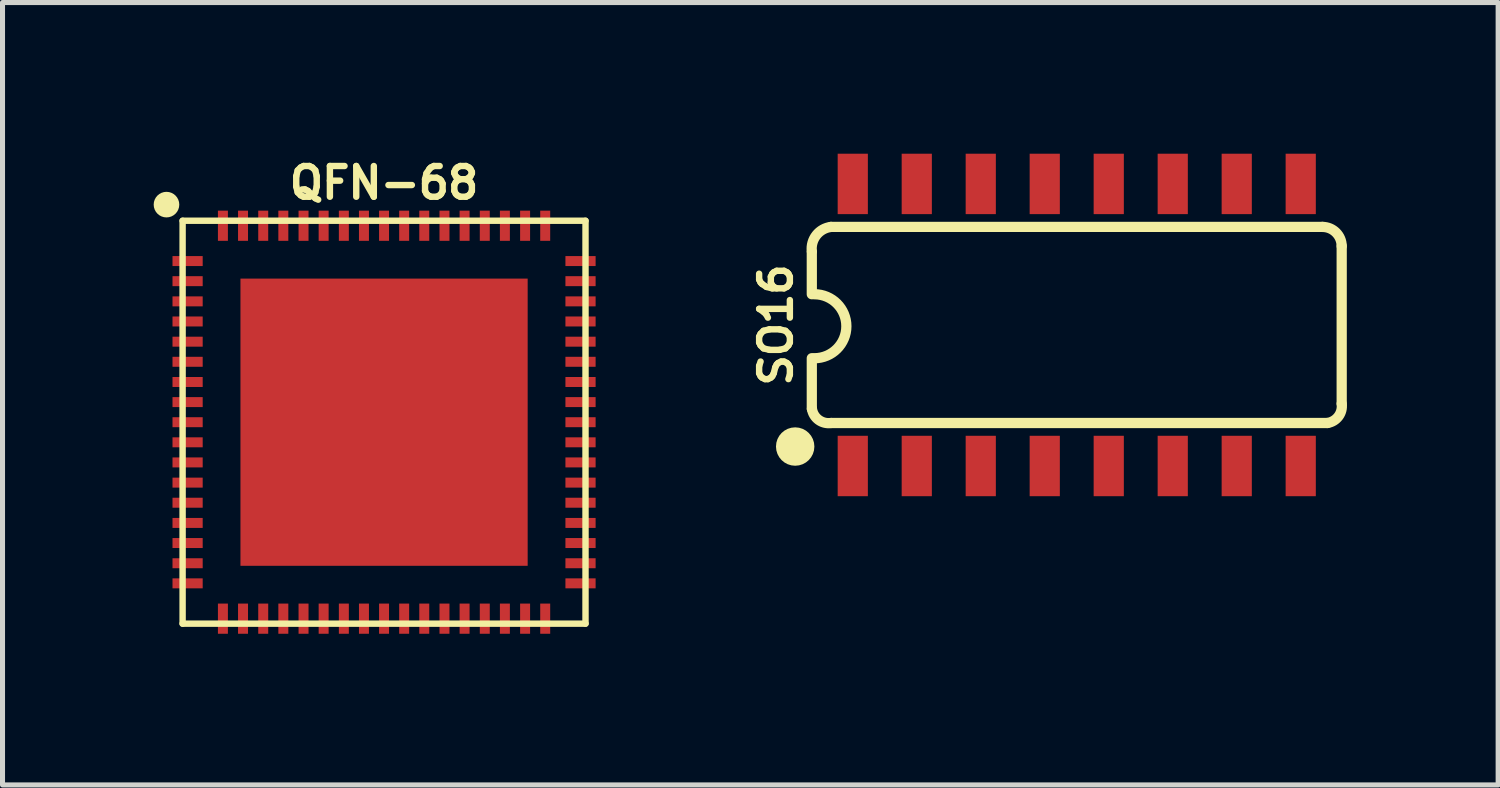
<source format=kicad_pcb>
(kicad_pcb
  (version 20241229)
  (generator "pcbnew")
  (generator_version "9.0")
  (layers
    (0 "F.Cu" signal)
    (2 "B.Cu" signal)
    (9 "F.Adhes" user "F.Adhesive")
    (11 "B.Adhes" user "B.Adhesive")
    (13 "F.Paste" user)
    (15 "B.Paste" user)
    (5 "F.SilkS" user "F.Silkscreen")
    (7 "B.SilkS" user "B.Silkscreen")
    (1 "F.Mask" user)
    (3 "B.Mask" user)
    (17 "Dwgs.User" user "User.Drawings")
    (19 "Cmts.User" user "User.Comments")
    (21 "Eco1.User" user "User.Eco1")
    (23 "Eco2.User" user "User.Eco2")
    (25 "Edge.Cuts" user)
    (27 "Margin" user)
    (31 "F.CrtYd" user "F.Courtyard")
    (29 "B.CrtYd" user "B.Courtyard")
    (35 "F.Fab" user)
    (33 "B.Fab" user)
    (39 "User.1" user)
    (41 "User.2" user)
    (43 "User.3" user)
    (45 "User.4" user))
  (footprint "QFN-68"
    (layer "F.Cu")
    (at 4.572 5.329)
    (property "Reference" "QFN-68" (at 0 -4.75 0) (layer "F.SilkS") (effects (font (size 0.61 0.61) (thickness 0.127))))
    (attr smd)
    (fp_line (start -3.998 -3.998) (end -3.998 3.998) (stroke (width 0.127) (type solid)) (layer "F.SilkS"))
    (fp_line (start -3.998 3.998) (end 3.998 3.998) (stroke (width 0.127) (type solid)) (layer "F.SilkS"))
    (fp_line (start 3.998 -3.998) (end -3.998 -3.998) (stroke (width 0.127) (type solid)) (layer "F.SilkS"))
    (fp_line (start 3.998 3.998) (end 3.998 -3.998) (stroke (width 0.127) (type solid)) (layer "F.SilkS"))
    (fp_circle (center -4.318 -4.318) (end -4.191 -4.318) (stroke (width 0.254) (type solid)) (fill no) (layer "F.SilkS"))
    (fp_line (start -2.413 -0.381) (end -2.413 0.381) (stroke (width 0.254) (type solid)) (layer "F.Paste"))
    (fp_line (start -2.413 -0.127) (end -1.651 -0.127) (stroke (width 0.254) (type solid)) (layer "F.Paste"))
    (fp_line (start -2.413 0.127) (end -1.651 0.127) (stroke (width 0.254) (type solid)) (layer "F.Paste"))
    (fp_line (start -2.413 0.381) (end -1.651 0.381) (stroke (width 0.254) (type solid)) (layer "F.Paste"))
    (fp_line (start -1.651 -0.381) (end -2.413 -0.381) (stroke (width 0.254) (type solid)) (layer "F.Paste"))
    (fp_line (start -1.651 0.381) (end -1.651 -0.381) (stroke (width 0.254) (type solid)) (layer "F.Paste"))
    (fp_line (start -0.381 -2.413) (end -0.381 -2.286) (stroke (width 0.254) (type solid)) (layer "F.Paste"))
    (fp_line (start -0.381 -2.413) (end 0.381 -2.413) (stroke (width 0.254) (type solid)) (layer "F.Paste"))
    (fp_line (start -0.381 -2.159) (end 0.381 -2.159) (stroke (width 0.254) (type solid)) (layer "F.Paste"))
    (fp_line (start -0.381 -1.905) (end 0.381 -1.905) (stroke (width 0.254) (type solid)) (layer "F.Paste"))
    (fp_line (start -0.381 -1.651) (end -0.381 -2.413) (stroke (width 0.254) (type solid)) (layer "F.Paste"))
    (fp_line (start -0.381 -0.381) (end 0.381 -0.381) (stroke (width 0.254) (type solid)) (layer "F.Paste"))
    (fp_line (start -0.381 -0.127) (end 0.381 -0.127) (stroke (width 0.254) (type solid)) (layer "F.Paste"))
    (fp_line (start -0.381 0.127) (end 0.381 0.127) (stroke (width 0.254) (type solid)) (layer "F.Paste"))
    (fp_line (start -0.381 0.381) (end -0.381 -0.381) (stroke (width 0.254) (type solid)) (layer "F.Paste"))
    (fp_line (start -0.381 1.651) (end 0.381 1.651) (stroke (width 0.254) (type solid)) (layer "F.Paste"))
    (fp_line (start -0.381 1.905) (end 0.381 1.905) (stroke (width 0.254) (type solid)) (layer "F.Paste"))
    (fp_line (start -0.381 2.159) (end 0.381 2.159) (stroke (width 0.254) (type solid)) (layer "F.Paste"))
    (fp_line (start -0.381 2.413) (end -0.381 1.651) (stroke (width 0.254) (type solid)) (layer "F.Paste"))
    (fp_line (start 0.381 -2.413) (end 0.381 -1.651) (stroke (width 0.254) (type solid)) (layer "F.Paste"))
    (fp_line (start 0.381 -1.651) (end -0.381 -1.651) (stroke (width 0.254) (type solid)) (layer "F.Paste"))
    (fp_line (start 0.381 -0.381) (end 0.381 0.381) (stroke (width 0.254) (type solid)) (layer "F.Paste"))
    (fp_line (start 0.381 0.381) (end -0.381 0.381) (stroke (width 0.254) (type solid)) (layer "F.Paste"))
    (fp_line (start 0.381 1.651) (end 0.381 2.413) (stroke (width 0.254) (type solid)) (layer "F.Paste"))
    (fp_line (start 0.381 2.413) (end -0.381 2.413) (stroke (width 0.254) (type solid)) (layer "F.Paste"))
    (fp_line (start 1.651 -0.381) (end 2.286 -0.381) (stroke (width 0.254) (type solid)) (layer "F.Paste"))
    (fp_line (start 1.651 -0.127) (end 2.413 -0.127) (stroke (width 0.254) (type solid)) (layer "F.Paste"))
    (fp_line (start 1.651 0.127) (end 2.413 0.127) (stroke (width 0.254) (type solid)) (layer "F.Paste"))
    (fp_line (start 1.651 0.381) (end 1.651 -0.381) (stroke (width 0.254) (type solid)) (layer "F.Paste"))
    (fp_line (start 2.286 -0.381) (end 2.413 -0.381) (stroke (width 0.254) (type solid)) (layer "F.Paste"))
    (fp_line (start 2.413 -0.381) (end 2.413 0.381) (stroke (width 0.254) (type solid)) (layer "F.Paste"))
    (fp_line (start 2.413 0.381) (end 1.651 0.381) (stroke (width 0.254) (type solid)) (layer "F.Paste"))
    (pad "1" smd rect (at -3.899 -3.198 180) (size 0.599 0.198) (layers "F.Cu" "F.Mask" "F.Paste"))
    (pad "2" smd rect (at -3.899 -2.799 180) (size 0.599 0.198) (layers "F.Cu" "F.Mask" "F.Paste"))
    (pad "3" smd rect (at -3.899 -2.398 180) (size 0.599 0.198) (layers "F.Cu" "F.Mask" "F.Paste"))
    (pad "4" smd rect (at -3.899 -1.999 180) (size 0.599 0.198) (layers "F.Cu" "F.Mask" "F.Paste"))
    (pad "5" smd rect (at -3.899 -1.598 180) (size 0.599 0.198) (layers "F.Cu" "F.Mask" "F.Paste"))
    (pad "6" smd rect (at -3.899 -1.199 180) (size 0.599 0.198) (layers "F.Cu" "F.Mask" "F.Paste"))
    (pad "7" smd rect (at -3.899 -0.798 180) (size 0.599 0.198) (layers "F.Cu" "F.Mask" "F.Paste"))
    (pad "8" smd rect (at -3.899 -0.399 180) (size 0.599 0.198) (layers "F.Cu" "F.Mask" "F.Paste"))
    (pad "9" smd rect (at -3.899 0 180) (size 0.599 0.198) (layers "F.Cu" "F.Mask" "F.Paste"))
    (pad "10" smd rect (at -3.899 0.399 180) (size 0.599 0.198) (layers "F.Cu" "F.Mask" "F.Paste"))
    (pad "11" smd rect (at -3.899 0.798 180) (size 0.599 0.198) (layers "F.Cu" "F.Mask" "F.Paste"))
    (pad "12" smd rect (at -3.899 1.199 180) (size 0.599 0.198) (layers "F.Cu" "F.Mask" "F.Paste"))
    (pad "13" smd rect (at -3.899 1.598 180) (size 0.599 0.198) (layers "F.Cu" "F.Mask" "F.Paste"))
    (pad "14" smd rect (at -3.899 1.999 180) (size 0.599 0.198) (layers "F.Cu" "F.Mask" "F.Paste"))
    (pad "15" smd rect (at -3.899 2.398 180) (size 0.599 0.198) (layers "F.Cu" "F.Mask" "F.Paste"))
    (pad "16" smd rect (at -3.899 2.799 180) (size 0.599 0.198) (layers "F.Cu" "F.Mask" "F.Paste"))
    (pad "17" smd rect (at -3.899 3.198 180) (size 0.599 0.198) (layers "F.Cu" "F.Mask" "F.Paste"))
    (pad "18" smd rect (at -3.198 3.899 270) (size 0.599 0.198) (layers "F.Cu" "F.Mask" "F.Paste"))
    (pad "19" smd rect (at -2.799 3.899 270) (size 0.599 0.198) (layers "F.Cu" "F.Mask" "F.Paste"))
    (pad "20" smd rect (at -2.398 3.899 270) (size 0.599 0.198) (layers "F.Cu" "F.Mask" "F.Paste"))
    (pad "21" smd rect (at -1.999 3.899 270) (size 0.599 0.198) (layers "F.Cu" "F.Mask" "F.Paste"))
    (pad "22" smd rect (at -1.598 3.899 270) (size 0.599 0.198) (layers "F.Cu" "F.Mask" "F.Paste"))
    (pad "23" smd rect (at -1.199 3.899 270) (size 0.599 0.198) (layers "F.Cu" "F.Mask" "F.Paste"))
    (pad "24" smd rect (at -0.798 3.899 270) (size 0.599 0.198) (layers "F.Cu" "F.Mask" "F.Paste"))
    (pad "25" smd rect (at -0.399 3.899 270) (size 0.599 0.198) (layers "F.Cu" "F.Mask" "F.Paste"))
    (pad "26" smd rect (at 0 3.899 270) (size 0.599 0.198) (layers "F.Cu" "F.Mask" "F.Paste"))
    (pad "27" smd rect (at 0.399 3.899 270) (size 0.599 0.198) (layers "F.Cu" "F.Mask" "F.Paste"))
    (pad "28" smd rect (at 0.798 3.899 270) (size 0.599 0.198) (layers "F.Cu" "F.Mask" "F.Paste"))
    (pad "29" smd rect (at 1.199 3.899 270) (size 0.599 0.198) (layers "F.Cu" "F.Mask" "F.Paste"))
    (pad "30" smd rect (at 1.598 3.899 270) (size 0.599 0.198) (layers "F.Cu" "F.Mask" "F.Paste"))
    (pad "31" smd rect (at 1.999 3.899 270) (size 0.599 0.198) (layers "F.Cu" "F.Mask" "F.Paste"))
    (pad "32" smd rect (at 2.398 3.899 270) (size 0.599 0.198) (layers "F.Cu" "F.Mask" "F.Paste"))
    (pad "33" smd rect (at 2.799 3.899 270) (size 0.599 0.198) (layers "F.Cu" "F.Mask" "F.Paste"))
    (pad "34" smd rect (at 3.198 3.899 270) (size 0.599 0.198) (layers "F.Cu" "F.Mask" "F.Paste"))
    (pad "35" smd rect (at 3.899 3.198) (size 0.599 0.198) (layers "F.Cu" "F.Mask" "F.Paste"))
    (pad "36" smd rect (at 3.899 2.799) (size 0.599 0.198) (layers "F.Cu" "F.Mask" "F.Paste"))
    (pad "37" smd rect (at 3.899 2.398) (size 0.599 0.198) (layers "F.Cu" "F.Mask" "F.Paste"))
    (pad "38" smd rect (at 3.899 1.999) (size 0.599 0.198) (layers "F.Cu" "F.Mask" "F.Paste"))
    (pad "39" smd rect (at 3.899 1.598) (size 0.599 0.198) (layers "F.Cu" "F.Mask" "F.Paste"))
    (pad "40" smd rect (at 3.899 1.199) (size 0.599 0.198) (layers "F.Cu" "F.Mask" "F.Paste"))
    (pad "41" smd rect (at 3.899 0.798) (size 0.599 0.198) (layers "F.Cu" "F.Mask" "F.Paste"))
    (pad "42" smd rect (at 3.899 0.399) (size 0.599 0.198) (layers "F.Cu" "F.Mask" "F.Paste"))
    (pad "43" smd rect (at 3.899 0) (size 0.599 0.198) (layers "F.Cu" "F.Mask" "F.Paste"))
    (pad "44" smd rect (at 3.899 -0.399) (size 0.599 0.198) (layers "F.Cu" "F.Mask" "F.Paste"))
    (pad "45" smd rect (at 3.899 -0.798) (size 0.599 0.198) (layers "F.Cu" "F.Mask" "F.Paste"))
    (pad "46" smd rect (at 3.899 -1.199) (size 0.599 0.198) (layers "F.Cu" "F.Mask" "F.Paste"))
    (pad "47" smd rect (at 3.899 -1.598) (size 0.599 0.198) (layers "F.Cu" "F.Mask" "F.Paste"))
    (pad "48" smd rect (at 3.899 -1.999) (size 0.599 0.198) (layers "F.Cu" "F.Mask" "F.Paste"))
    (pad "49" smd rect (at 3.899 -2.398) (size 0.599 0.198) (layers "F.Cu" "F.Mask" "F.Paste"))
    (pad "50" smd rect (at 3.899 -2.799) (size 0.599 0.198) (layers "F.Cu" "F.Mask" "F.Paste"))
    (pad "51" smd rect (at 3.899 -3.198) (size 0.599 0.198) (layers "F.Cu" "F.Mask" "F.Paste"))
    (pad "52" smd rect (at 3.198 -3.899 90) (size 0.599 0.198) (layers "F.Cu" "F.Mask" "F.Paste"))
    (pad "53" smd rect (at 2.799 -3.899 90) (size 0.599 0.198) (layers "F.Cu" "F.Mask" "F.Paste"))
    (pad "54" smd rect (at 2.398 -3.899 90) (size 0.599 0.198) (layers "F.Cu" "F.Mask" "F.Paste"))
    (pad "55" smd rect (at 1.999 -3.899 90) (size 0.599 0.198) (layers "F.Cu" "F.Mask" "F.Paste"))
    (pad "56" smd rect (at 1.598 -3.899 90) (size 0.599 0.198) (layers "F.Cu" "F.Mask" "F.Paste"))
    (pad "57" smd rect (at 1.199 -3.899 90) (size 0.599 0.198) (layers "F.Cu" "F.Mask" "F.Paste"))
    (pad "58" smd rect (at 0.798 -3.899 90) (size 0.599 0.198) (layers "F.Cu" "F.Mask" "F.Paste"))
    (pad "59" smd rect (at 0.399 -3.899 90) (size 0.599 0.198) (layers "F.Cu" "F.Mask" "F.Paste"))
    (pad "60" smd rect (at 0 -3.899 90) (size 0.599 0.198) (layers "F.Cu" "F.Mask" "F.Paste"))
    (pad "61" smd rect (at -0.399 -3.899 90) (size 0.599 0.198) (layers "F.Cu" "F.Mask" "F.Paste"))
    (pad "62" smd rect (at -0.798 -3.899 90) (size 0.599 0.198) (layers "F.Cu" "F.Mask" "F.Paste"))
    (pad "63" smd rect (at -1.199 -3.899 90) (size 0.599 0.198) (layers "F.Cu" "F.Mask" "F.Paste"))
    (pad "64" smd rect (at -1.598 -3.899 90) (size 0.599 0.198) (layers "F.Cu" "F.Mask" "F.Paste"))
    (pad "65" smd rect (at -1.999 -3.899 90) (size 0.599 0.198) (layers "F.Cu" "F.Mask" "F.Paste"))
    (pad "66" smd rect (at -2.398 -3.899 90) (size 0.599 0.198) (layers "F.Cu" "F.Mask" "F.Paste"))
    (pad "67" smd rect (at -2.799 -3.899 90) (size 0.599 0.198) (layers "F.Cu" "F.Mask" "F.Paste"))
    (pad "68" smd rect (at -3.198 -3.899 90) (size 0.599 0.198) (layers "F.Cu" "F.Mask" "F.Paste"))
    (pad "69" smd rect (at 0 0) (size 5.7 5.7) (layers "F.Cu" "F.Mask" "F.Paste")))
  (footprint "SO16"
    (layer "F.Cu")
    (at 18.319 3.399)
    (property "Reference" "SO16" (at -5.969 0 90) (layer "F.SilkS") (effects (font (size 0.61 0.61) (thickness 0.127))))
    (attr smd)
    (fp_line (start -5.258 -1.45) (end -5.258 -0.61) (stroke (width 0.203) (type solid)) (layer "F.SilkS"))
    (fp_line (start -5.258 1.664) (end -5.258 0.66) (stroke (width 0.203) (type solid)) (layer "F.SilkS"))
    (fp_line (start -4.877 1.946) (end 4.976 1.946) (stroke (width 0.203) (type solid)) (layer "F.SilkS"))
    (fp_line (start 4.877 -1.946) (end -4.877 -1.946) (stroke (width 0.203) (type solid)) (layer "F.SilkS"))
    (fp_line (start 5.258 1.565) (end 5.258 -1.565) (stroke (width 0.203) (type solid)) (layer "F.SilkS"))
    (fp_arc (start -5.2578 -1.46304) (mid -5.16725 -1.783248) (end -4.8768 -1.94564) (stroke (width 0.2032) (type solid)) (layer "F.SilkS"))
    (fp_arc (start -5.207 -0.6096) (mid -4.572 0.0254) (end -5.207 0.6604) (stroke (width 0.2032) (type solid)) (layer "F.SilkS"))
    (fp_arc (start -4.8768 1.94564) (mid -5.124422 1.883052) (end -5.25526 1.6637) (stroke (width 0.2032) (type solid)) (layer "F.SilkS"))
    (fp_arc (start 4.8768 -1.94564) (mid 5.146208 -1.834048) (end 5.2578 -1.56464) (stroke (width 0.2032) (type solid)) (layer "F.SilkS"))
    (fp_arc (start 5.2578 1.56464) (mid 5.194468 1.814058) (end 4.97332 1.94564) (stroke (width 0.2032) (type solid)) (layer "F.SilkS"))
    (fp_circle (center -5.588 2.413) (end -5.461 2.413) (stroke (width 0.254) (type solid)) (fill no) (layer "F.SilkS"))
    (fp_circle (center -5.588 2.413) (end -5.334 2.413) (stroke (width 0.254) (type solid)) (fill no) (layer "F.SilkS"))
    (pad "1" smd rect (at -4.445 2.799) (size 0.599 1.199) (layers "F.Cu" "F.Mask" "F.Paste"))
    (pad "2" smd rect (at -3.175 2.799) (size 0.599 1.199) (layers "F.Cu" "F.Mask" "F.Paste"))
    (pad "3" smd rect (at -1.905 2.799) (size 0.599 1.199) (layers "F.Cu" "F.Mask" "F.Paste"))
    (pad "4" smd rect (at -0.635 2.799) (size 0.599 1.199) (layers "F.Cu" "F.Mask" "F.Paste"))
    (pad "5" smd rect (at 0.635 2.799) (size 0.599 1.199) (layers "F.Cu" "F.Mask" "F.Paste"))
    (pad "6" smd rect (at 1.905 2.799) (size 0.599 1.199) (layers "F.Cu" "F.Mask" "F.Paste"))
    (pad "7" smd rect (at 3.175 2.799) (size 0.599 1.199) (layers "F.Cu" "F.Mask" "F.Paste"))
    (pad "8" smd rect (at 4.445 2.799) (size 0.599 1.199) (layers "F.Cu" "F.Mask" "F.Paste"))
    (pad "9" smd rect (at 4.445 -2.799) (size 0.599 1.199) (layers "F.Cu" "F.Mask" "F.Paste"))
    (pad "10" smd rect (at 3.175 -2.799) (size 0.599 1.199) (layers "F.Cu" "F.Mask" "F.Paste"))
    (pad "11" smd rect (at 1.905 -2.799) (size 0.599 1.199) (layers "F.Cu" "F.Mask" "F.Paste"))
    (pad "12" smd rect (at 0.635 -2.799) (size 0.599 1.199) (layers "F.Cu" "F.Mask" "F.Paste"))
    (pad "13" smd rect (at -0.635 -2.799) (size 0.599 1.199) (layers "F.Cu" "F.Mask" "F.Paste"))
    (pad "14" smd rect (at -1.905 -2.799) (size 0.599 1.199) (layers "F.Cu" "F.Mask" "F.Paste"))
    (pad "15" smd rect (at -3.175 -2.799) (size 0.599 1.199) (layers "F.Cu" "F.Mask" "F.Paste"))
    (pad "16" smd rect (at -4.445 -2.799) (size 0.599 1.199) (layers "F.Cu" "F.Mask" "F.Paste")))
  (gr_rect
    (start -3 -3)
    (end 26.682 12.528)
    (stroke (width 0.1) (type default))
    (fill no)
    (layer "Edge.Cuts")))
</source>
